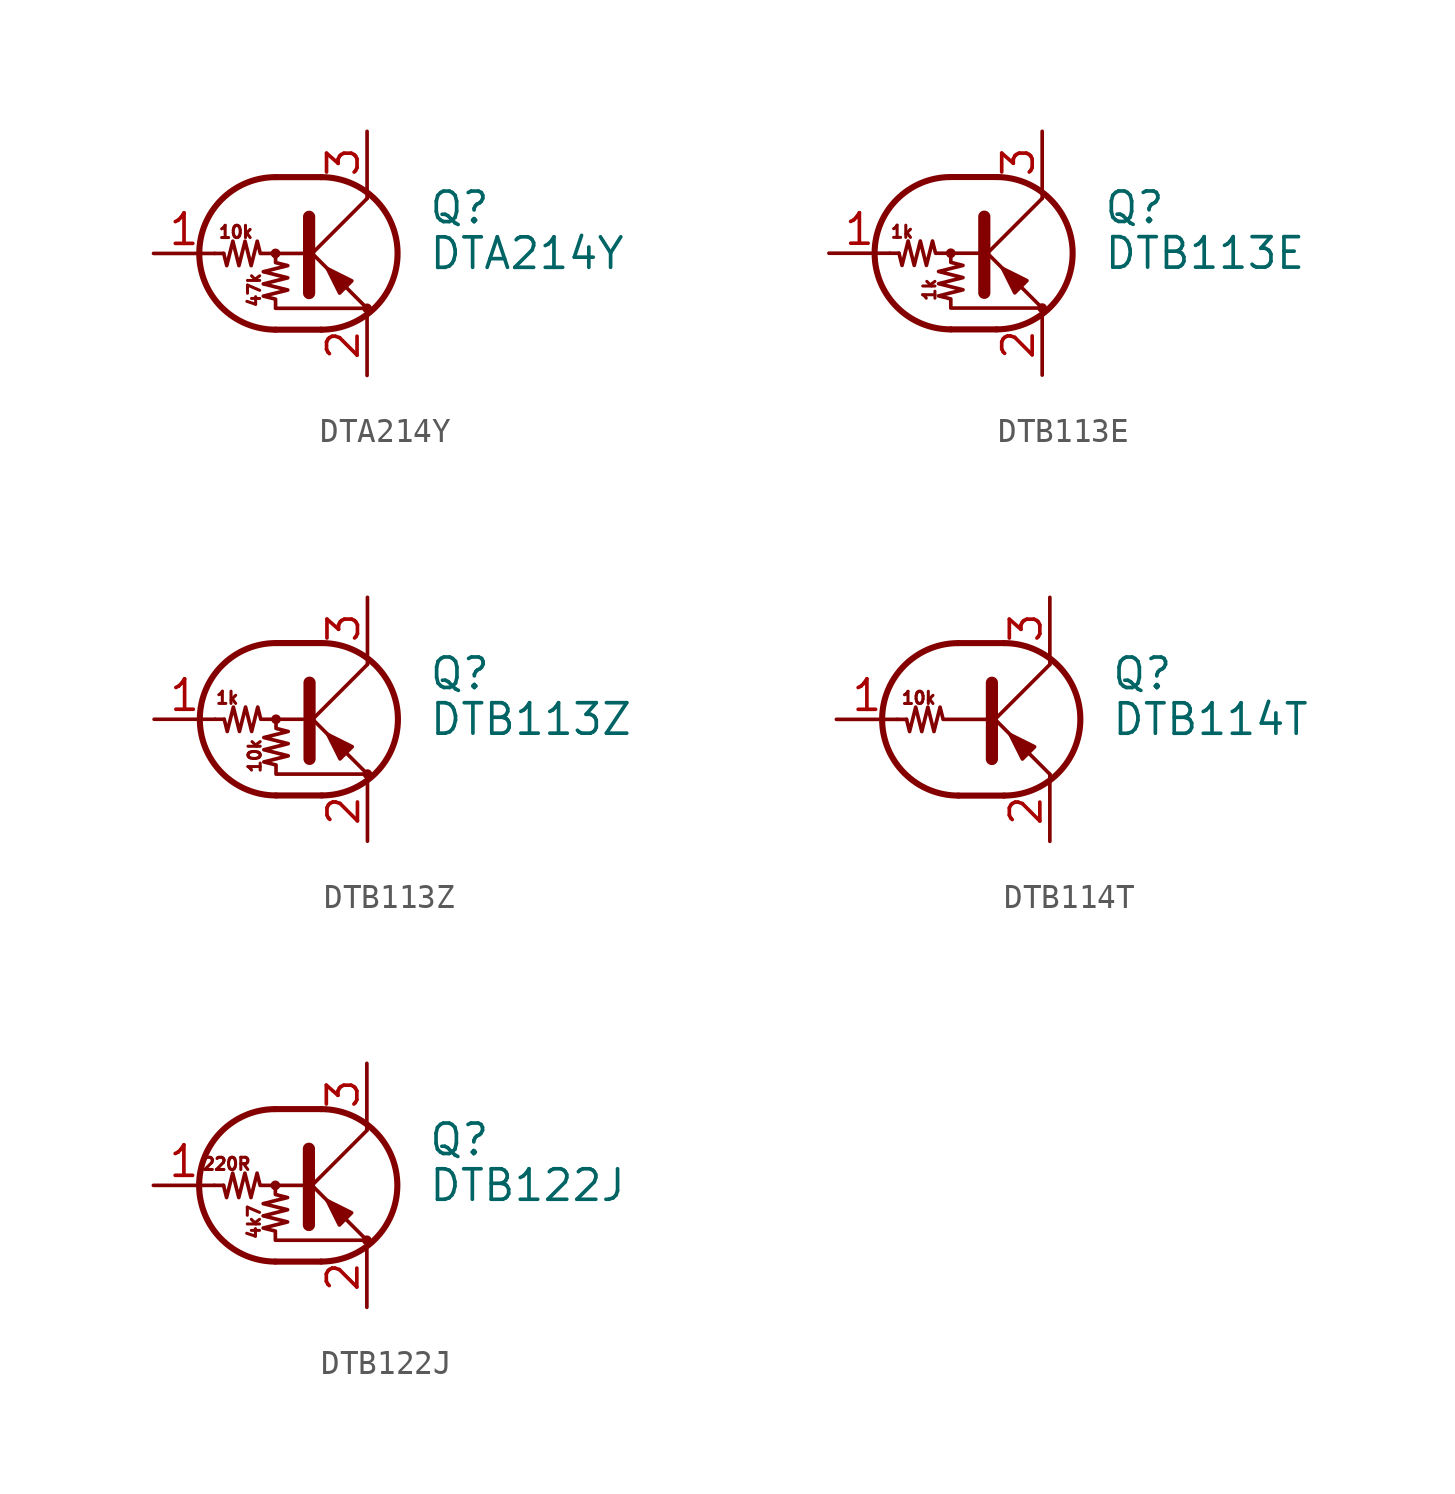
<source format=kicad_sym>
(kicad_symbol_lib
  (version 20220914)
  (generator kicad_symbol_editor)
  (symbol "DTA214Y"
    (pin_names
      (offset 0) hide)
    (property "Reference" "Q"
      (at 5.08 1.905 0)
      (effects (font (size 1.27 1.27)) (justify left)))
    (property "Value" "DTA214Y"
      (at 5.08 0 0)
      (effects (font (size 1.27 1.27)) (justify left)))
    (symbol "DTA214Y_0_0"
      (text "10k" (at -2.921 0.889 0) (effects (font (size 0.508 0.508))))
      (text "47k" (at -2.159 -1.524 900) (effects (font (size 0.508 0.508)))))
    (symbol "DTA214Y_0_1"
      (circle (center -1.27 0) (radius 0.127) (stroke (width 0) (type default)) (fill (type none)))
      (arc (start -1.27 3.175) (mid -4.4312 0) (end -1.27 -3.175) (stroke (width 0.254) (type default)) (fill (type none)))
      (polyline (pts (xy -3.429 0) (xy -3.81 0)) (stroke (width 0) (type default)) (fill (type none)))
      (polyline (pts (xy -1.27 -3.175) (xy 0.635 -3.175)) (stroke (width 0.254) (type default)) (fill (type none)))
      (polyline (pts (xy -1.27 3.175) (xy 0.635 3.175)) (stroke (width 0.254) (type default)) (fill (type none)))
      (polyline (pts (xy 0 -0.254) (xy 2.54 2.286)) (stroke (width 0) (type default)) (fill (type none)))
      (polyline (pts (xy 0.127 1.524) (xy 0.127 -1.651)) (stroke (width 0.508) (type default)) (fill (type outline)))
      (polyline (pts (xy 2.54 2.286) (xy 2.54 2.54)) (stroke (width 0) (type default)) (fill (type none)))
      (polyline (pts (xy 2.54 -2.286) (xy 0 0.254) (xy 0 0.254)) (stroke (width 0) (type default)) (fill (type none)))
      (polyline (pts (xy 1.397 -1.651) (xy 1.905 -1.143) (xy 0.889 -0.635) (xy 1.397 -1.651)) (stroke (width 0) (type default)) (fill (type outline)))
      (polyline (pts (xy 0 0) (xy -1.905 0) (xy -2.032 0.508) (xy -2.286 -0.508) (xy -2.54 0.508) (xy -2.794 -0.508) (xy -3.048 0.508) (xy -3.302 -0.508) (xy -3.429 0)) (stroke (width 0) (type default)) (fill (type none)))
      (polyline (pts (xy -1.27 0) (xy -1.27 -0.381) (xy -0.762 -0.508) (xy -1.778 -0.762) (xy -0.762 -1.016) (xy -1.778 -1.27) (xy -0.762 -1.524) (xy -1.778 -1.778) (xy -1.27 -1.905) (xy -1.27 -2.286) (xy 2.54 -2.286)) (stroke (width 0) (type default)) (fill (type none)))
      (arc (start 0.635 -3.175) (mid 3.7962 0) (end 0.635 3.175) (stroke (width 0.254) (type default)) (fill (type none)))
      (circle (center 2.54 -2.286) (radius 0.127) (stroke (width 0) (type default)) (fill (type none))))
    (symbol "DTA214Y_1_1"
      (pin input line (at -6.35 0 0) (length 2.54) (name "B" (effects (font (size 1.27 1.27)))) (number "1" (effects (font (size 1.27 1.27)))))
      (pin passive line (at 2.54 -5.08 90) (length 2.54) (name "E" (effects (font (size 1.27 1.27)))) (number "2" (effects (font (size 1.27 1.27)))))
      (pin passive line (at 2.54 5.08 270) (length 2.54) (name "C" (effects (font (size 1.27 1.27)))) (number "3" (effects (font (size 1.27 1.27)))))))
  (symbol "DTB113E"
    (pin_names
      (offset 0) hide)
    (property "Reference" "Q"
      (at 5.08 1.905 0)
      (effects (font (size 1.27 1.27)) (justify left)))
    (property "Value" "DTB113E"
      (at 5.08 0 0)
      (effects (font (size 1.27 1.27)) (justify left)))
    (symbol "DTB113E_0_0"
      (text "1k" (at -3.302 0.889 0) (effects (font (size 0.508 0.508))))
      (text "1k" (at -2.159 -1.524 900) (effects (font (size 0.508 0.508)))))
    (symbol "DTB113E_0_1"
      (circle (center -1.27 0) (radius 0.127) (stroke (width 0) (type default)) (fill (type none)))
      (arc (start -1.27 3.175) (mid -4.4312 0) (end -1.27 -3.175) (stroke (width 0.254) (type default)) (fill (type none)))
      (polyline (pts (xy -3.429 0) (xy -3.81 0)) (stroke (width 0) (type default)) (fill (type none)))
      (polyline (pts (xy -1.27 -3.175) (xy 0.635 -3.175)) (stroke (width 0.254) (type default)) (fill (type none)))
      (polyline (pts (xy -1.27 3.175) (xy 0.635 3.175)) (stroke (width 0.254) (type default)) (fill (type none)))
      (polyline (pts (xy 0 -0.254) (xy 2.54 2.286)) (stroke (width 0) (type default)) (fill (type none)))
      (polyline (pts (xy 0.127 1.524) (xy 0.127 -1.651)) (stroke (width 0.508) (type default)) (fill (type outline)))
      (polyline (pts (xy 2.54 2.286) (xy 2.54 2.54)) (stroke (width 0) (type default)) (fill (type none)))
      (polyline (pts (xy 2.54 -2.286) (xy 0 0.254) (xy 0 0.254)) (stroke (width 0) (type default)) (fill (type none)))
      (polyline (pts (xy 1.397 -1.651) (xy 1.905 -1.143) (xy 0.889 -0.635) (xy 1.397 -1.651)) (stroke (width 0) (type default)) (fill (type outline)))
      (polyline (pts (xy 0 0) (xy -1.905 0) (xy -2.032 0.508) (xy -2.286 -0.508) (xy -2.54 0.508) (xy -2.794 -0.508) (xy -3.048 0.508) (xy -3.302 -0.508) (xy -3.429 0)) (stroke (width 0) (type default)) (fill (type none)))
      (polyline (pts (xy -1.27 0) (xy -1.27 -0.381) (xy -0.762 -0.508) (xy -1.778 -0.762) (xy -0.762 -1.016) (xy -1.778 -1.27) (xy -0.762 -1.524) (xy -1.778 -1.778) (xy -1.27 -1.905) (xy -1.27 -2.286) (xy 2.54 -2.286)) (stroke (width 0) (type default)) (fill (type none)))
      (arc (start 0.635 -3.175) (mid 3.7962 0) (end 0.635 3.175) (stroke (width 0.254) (type default)) (fill (type none)))
      (circle (center 2.54 -2.286) (radius 0.127) (stroke (width 0) (type default)) (fill (type none))))
    (symbol "DTB113E_1_1"
      (pin input line (at -6.35 0 0) (length 2.54) (name "B" (effects (font (size 1.27 1.27)))) (number "1" (effects (font (size 1.27 1.27)))))
      (pin passive line (at 2.54 -5.08 90) (length 2.54) (name "E" (effects (font (size 1.27 1.27)))) (number "2" (effects (font (size 1.27 1.27)))))
      (pin passive line (at 2.54 5.08 270) (length 2.54) (name "C" (effects (font (size 1.27 1.27)))) (number "3" (effects (font (size 1.27 1.27)))))))
  (symbol "DTB113Z"
    (pin_names
      (offset 0) hide)
    (property "Reference" "Q"
      (at 5.08 1.905 0)
      (effects (font (size 1.27 1.27)) (justify left)))
    (property "Value" "DTB113Z"
      (at 5.08 0 0)
      (effects (font (size 1.27 1.27)) (justify left)))
    (symbol "DTB113Z_0_0"
      (text "10k" (at -2.159 -1.524 900) (effects (font (size 0.508 0.508))))
      (text "1k" (at -3.302 0.889 0) (effects (font (size 0.508 0.508)))))
    (symbol "DTB113Z_0_1"
      (circle (center -1.27 0) (radius 0.127) (stroke (width 0) (type default)) (fill (type none)))
      (arc (start -1.27 3.175) (mid -4.4312 0) (end -1.27 -3.175) (stroke (width 0.254) (type default)) (fill (type none)))
      (polyline (pts (xy -3.429 0) (xy -3.81 0)) (stroke (width 0) (type default)) (fill (type none)))
      (polyline (pts (xy -1.27 -3.175) (xy 0.635 -3.175)) (stroke (width 0.254) (type default)) (fill (type none)))
      (polyline (pts (xy -1.27 3.175) (xy 0.635 3.175)) (stroke (width 0.254) (type default)) (fill (type none)))
      (polyline (pts (xy 0 -0.254) (xy 2.54 2.286)) (stroke (width 0) (type default)) (fill (type none)))
      (polyline (pts (xy 0.127 1.524) (xy 0.127 -1.651)) (stroke (width 0.508) (type default)) (fill (type outline)))
      (polyline (pts (xy 2.54 2.286) (xy 2.54 2.54)) (stroke (width 0) (type default)) (fill (type none)))
      (polyline (pts (xy 2.54 -2.286) (xy 0 0.254) (xy 0 0.254)) (stroke (width 0) (type default)) (fill (type none)))
      (polyline (pts (xy 1.397 -1.651) (xy 1.905 -1.143) (xy 0.889 -0.635) (xy 1.397 -1.651)) (stroke (width 0) (type default)) (fill (type outline)))
      (polyline (pts (xy 0 0) (xy -1.905 0) (xy -2.032 0.508) (xy -2.286 -0.508) (xy -2.54 0.508) (xy -2.794 -0.508) (xy -3.048 0.508) (xy -3.302 -0.508) (xy -3.429 0)) (stroke (width 0) (type default)) (fill (type none)))
      (polyline (pts (xy -1.27 0) (xy -1.27 -0.381) (xy -0.762 -0.508) (xy -1.778 -0.762) (xy -0.762 -1.016) (xy -1.778 -1.27) (xy -0.762 -1.524) (xy -1.778 -1.778) (xy -1.27 -1.905) (xy -1.27 -2.286) (xy 2.54 -2.286)) (stroke (width 0) (type default)) (fill (type none)))
      (arc (start 0.635 -3.175) (mid 3.7962 0) (end 0.635 3.175) (stroke (width 0.254) (type default)) (fill (type none)))
      (circle (center 2.54 -2.286) (radius 0.127) (stroke (width 0) (type default)) (fill (type none))))
    (symbol "DTB113Z_1_1"
      (pin input line (at -6.35 0 0) (length 2.54) (name "B" (effects (font (size 1.27 1.27)))) (number "1" (effects (font (size 1.27 1.27)))))
      (pin passive line (at 2.54 -5.08 90) (length 2.54) (name "E" (effects (font (size 1.27 1.27)))) (number "2" (effects (font (size 1.27 1.27)))))
      (pin passive line (at 2.54 5.08 270) (length 2.54) (name "C" (effects (font (size 1.27 1.27)))) (number "3" (effects (font (size 1.27 1.27)))))))
  (symbol "DTB114T"
    (pin_names
      (offset 0) hide)
    (property "Reference" "Q"
      (at 5.08 1.905 0)
      (effects (font (size 1.27 1.27)) (justify left)))
    (property "Value" "DTB114T"
      (at 5.08 0 0)
      (effects (font (size 1.27 1.27)) (justify left)))
    (symbol "DTB114T_0_0"
      (polyline (pts (xy 2.54 -2.286) (xy 2.54 -2.54)) (stroke (width 0) (type default)) (fill (type none)))
      (text "10k" (at -2.921 0.889 0) (effects (font (size 0.508 0.508)))))
    (symbol "DTB114T_0_1"
      (arc (start -1.27 3.175) (mid -4.4312 0) (end -1.27 -3.175) (stroke (width 0.254) (type default)) (fill (type none)))
      (polyline (pts (xy -3.429 0) (xy -3.81 0)) (stroke (width 0) (type default)) (fill (type none)))
      (polyline (pts (xy -1.27 -3.175) (xy 0.635 -3.175)) (stroke (width 0.254) (type default)) (fill (type none)))
      (polyline (pts (xy -1.27 3.175) (xy 0.635 3.175)) (stroke (width 0.254) (type default)) (fill (type none)))
      (polyline (pts (xy 0 -0.254) (xy 2.54 2.286)) (stroke (width 0) (type default)) (fill (type none)))
      (polyline (pts (xy 0.127 1.524) (xy 0.127 -1.651)) (stroke (width 0.508) (type default)) (fill (type outline)))
      (polyline (pts (xy 2.54 2.286) (xy 2.54 2.54)) (stroke (width 0) (type default)) (fill (type none)))
      (polyline (pts (xy 2.54 -2.286) (xy 0 0.254) (xy 0 0.254)) (stroke (width 0) (type default)) (fill (type none)))
      (polyline (pts (xy 1.397 -1.651) (xy 1.905 -1.143) (xy 0.889 -0.635) (xy 1.397 -1.651)) (stroke (width 0) (type default)) (fill (type outline)))
      (polyline (pts (xy 0 0) (xy -1.905 0) (xy -2.032 0.508) (xy -2.286 -0.508) (xy -2.54 0.508) (xy -2.794 -0.508) (xy -3.048 0.508) (xy -3.302 -0.508) (xy -3.429 0)) (stroke (width 0) (type default)) (fill (type none)))
      (arc (start 0.635 -3.175) (mid 3.7962 0) (end 0.635 3.175) (stroke (width 0.254) (type default)) (fill (type none))))
    (symbol "DTB114T_1_1"
      (pin input line (at -6.35 0 0) (length 2.54) (name "B" (effects (font (size 1.27 1.27)))) (number "1" (effects (font (size 1.27 1.27)))))
      (pin passive line (at 2.54 -5.08 90) (length 2.54) (name "E" (effects (font (size 1.27 1.27)))) (number "2" (effects (font (size 1.27 1.27)))))
      (pin passive line (at 2.54 5.08 270) (length 2.54) (name "C" (effects (font (size 1.27 1.27)))) (number "3" (effects (font (size 1.27 1.27)))))))
  (symbol "DTB122J"
    (pin_names
      (offset 0) hide)
    (property "Reference" "Q"
      (at 5.08 1.905 0)
      (effects (font (size 1.27 1.27)) (justify left)))
    (property "Value" "DTB122J"
      (at 5.08 0 0)
      (effects (font (size 1.27 1.27)) (justify left)))
    (symbol "DTB122J_0_0"
      (text "220R" (at -3.302 0.889 0) (effects (font (size 0.508 0.508))))
      (text "4k7" (at -2.159 -1.524 900) (effects (font (size 0.508 0.508)))))
    (symbol "DTB122J_0_1"
      (circle (center -1.27 0) (radius 0.127) (stroke (width 0) (type default)) (fill (type none)))
      (arc (start -1.27 3.175) (mid -4.4312 0) (end -1.27 -3.175) (stroke (width 0.254) (type default)) (fill (type none)))
      (polyline (pts (xy -3.429 0) (xy -3.81 0)) (stroke (width 0) (type default)) (fill (type none)))
      (polyline (pts (xy -1.27 -3.175) (xy 0.635 -3.175)) (stroke (width 0.254) (type default)) (fill (type none)))
      (polyline (pts (xy -1.27 3.175) (xy 0.635 3.175)) (stroke (width 0.254) (type default)) (fill (type none)))
      (polyline (pts (xy 0 -0.254) (xy 2.54 2.286)) (stroke (width 0) (type default)) (fill (type none)))
      (polyline (pts (xy 0.127 1.524) (xy 0.127 -1.651)) (stroke (width 0.508) (type default)) (fill (type outline)))
      (polyline (pts (xy 2.54 2.286) (xy 2.54 2.54)) (stroke (width 0) (type default)) (fill (type none)))
      (polyline (pts (xy 2.54 -2.286) (xy 0 0.254) (xy 0 0.254)) (stroke (width 0) (type default)) (fill (type none)))
      (polyline (pts (xy 1.397 -1.651) (xy 1.905 -1.143) (xy 0.889 -0.635) (xy 1.397 -1.651)) (stroke (width 0) (type default)) (fill (type outline)))
      (polyline (pts (xy 0 0) (xy -1.905 0) (xy -2.032 0.508) (xy -2.286 -0.508) (xy -2.54 0.508) (xy -2.794 -0.508) (xy -3.048 0.508) (xy -3.302 -0.508) (xy -3.429 0)) (stroke (width 0) (type default)) (fill (type none)))
      (polyline (pts (xy -1.27 0) (xy -1.27 -0.381) (xy -0.762 -0.508) (xy -1.778 -0.762) (xy -0.762 -1.016) (xy -1.778 -1.27) (xy -0.762 -1.524) (xy -1.778 -1.778) (xy -1.27 -1.905) (xy -1.27 -2.286) (xy 2.54 -2.286)) (stroke (width 0) (type default)) (fill (type none)))
      (arc (start 0.635 -3.175) (mid 3.7962 0) (end 0.635 3.175) (stroke (width 0.254) (type default)) (fill (type none)))
      (circle (center 2.54 -2.286) (radius 0.127) (stroke (width 0) (type default)) (fill (type none))))
    (symbol "DTB122J_1_1"
      (pin input line (at -6.35 0 0) (length 2.54) (name "B" (effects (font (size 1.27 1.27)))) (number "1" (effects (font (size 1.27 1.27)))))
      (pin passive line (at 2.54 -5.08 90) (length 2.54) (name "E" (effects (font (size 1.27 1.27)))) (number "2" (effects (font (size 1.27 1.27)))))
      (pin passive line (at 2.54 5.08 270) (length 2.54) (name "C" (effects (font (size 1.27 1.27)))) (number "3" (effects (font (size 1.27 1.27))))))))
</source>
